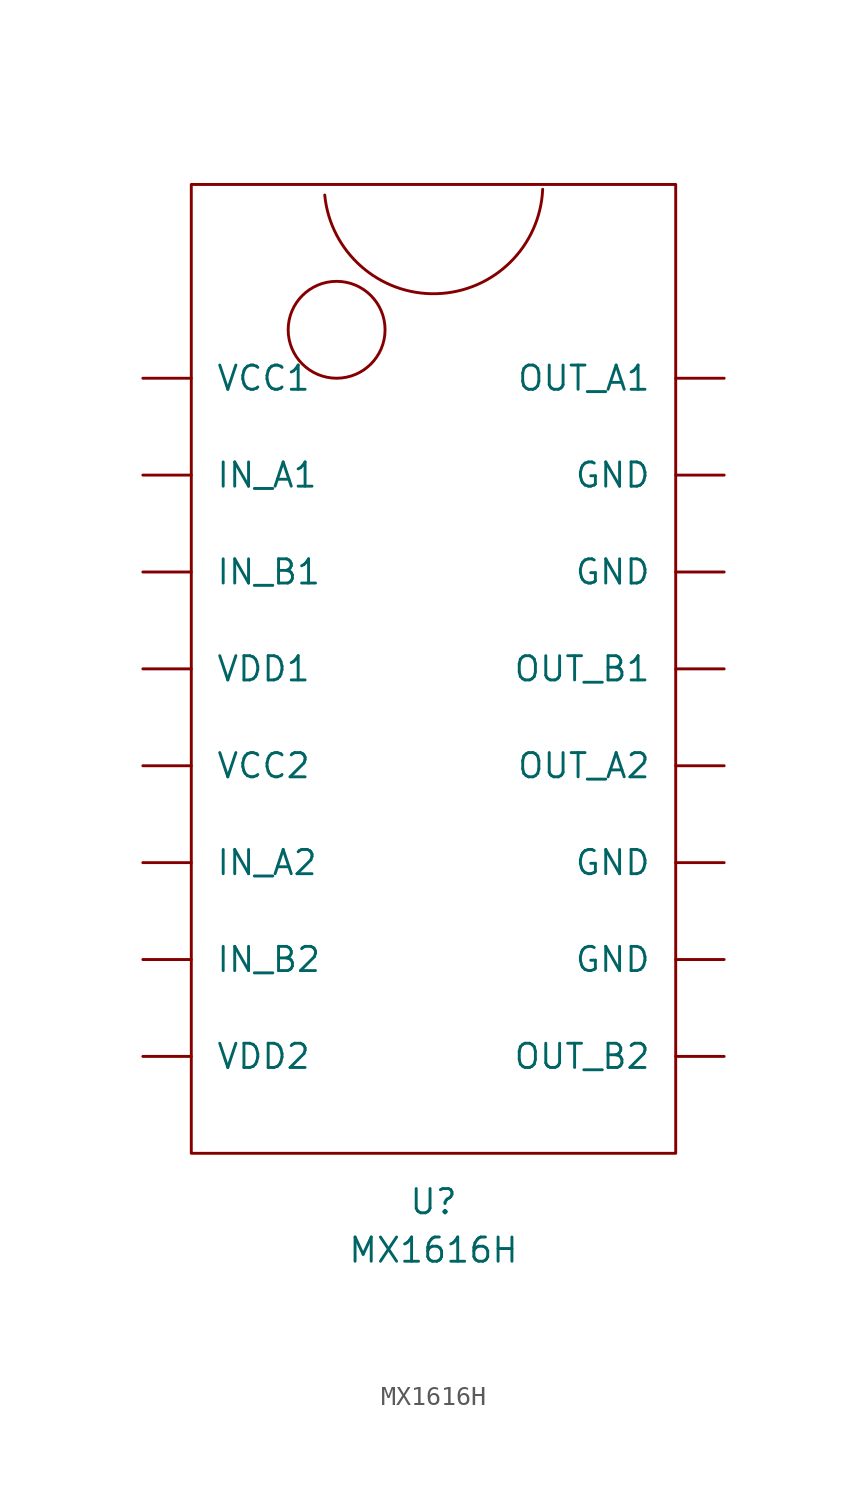
<source format=kicad_sym>
(kicad_symbol_lib
  (version 20211014)
  (generator kicad_symbol_editor)
  (symbol "MX1616H"
    (pin_names
      (offset 1.27))
    (property "Reference" "U"
      (at 0 -25.4 0)
      (effects (font (size 1.27 1.27))))
    (property "Value" "MX1616H"
      (at 0 -27.94 0)
      (effects (font (size 1.27 1.27))))
    (symbol "MX1616H_0_1"
      (rectangle (start -12.7 27.94) (end 12.7 -22.86) (stroke (width 0) (type default) (color 0 0 0 0)) (fill (type none)))
      (arc (start -5.703 27.3851) (mid 0.1516 22.2121) (end 5.7245 27.6875) (stroke (width 0) (type default) (color 0 0 0 0)) (fill (type none)))
      (circle (center -5.08 20.32) (radius 2.54) (stroke (width 0) (type default) (color 0 0 0 0)) (fill (type none))))
    (symbol "MX1616H_1_1"
      (pin power_in line (at 15.24 -12.7 180) (length 2.54) (name "GND" (effects (font (size 1.27 1.27)))) (number "" (effects (font (size 1.27 1.27)))))
      (pin power_in line (at 15.24 -7.62 180) (length 2.54) (name "GND" (effects (font (size 1.27 1.27)))) (number "" (effects (font (size 1.27 1.27)))))
      (pin power_in line (at 15.24 7.62 180) (length 2.54) (name "GND" (effects (font (size 1.27 1.27)))) (number "" (effects (font (size 1.27 1.27)))))
      (pin power_in line (at 15.24 12.7 180) (length 2.54) (name "GND" (effects (font (size 1.27 1.27)))) (number "" (effects (font (size 1.27 1.27)))))
      (pin input line (at -15.24 12.7 0) (length 2.54) (name "IN_A1" (effects (font (size 1.27 1.27)))) (number "" (effects (font (size 1.27 1.27)))))
      (pin input line (at -15.24 -7.62 0) (length 2.54) (name "IN_A2" (effects (font (size 1.27 1.27)))) (number "" (effects (font (size 1.27 1.27)))))
      (pin input line (at -15.24 7.62 0) (length 2.54) (name "IN_B1" (effects (font (size 1.27 1.27)))) (number "" (effects (font (size 1.27 1.27)))))
      (pin input line (at -15.24 -12.7 0) (length 2.54) (name "IN_B2" (effects (font (size 1.27 1.27)))) (number "" (effects (font (size 1.27 1.27)))))
      (pin bidirectional line (at 15.24 17.78 180) (length 2.54) (name "OUT_A1" (effects (font (size 1.27 1.27)))) (number "" (effects (font (size 1.27 1.27)))))
      (pin bidirectional line (at 15.24 -2.54 180) (length 2.54) (name "OUT_A2" (effects (font (size 1.27 1.27)))) (number "" (effects (font (size 1.27 1.27)))))
      (pin bidirectional line (at 15.24 2.54 180) (length 2.54) (name "OUT_B1" (effects (font (size 1.27 1.27)))) (number "" (effects (font (size 1.27 1.27)))))
      (pin bidirectional line (at 15.24 -17.78 180) (length 2.54) (name "OUT_B2" (effects (font (size 1.27 1.27)))) (number "" (effects (font (size 1.27 1.27)))))
      (pin power_in line (at -15.24 17.78 0) (length 2.54) (name "VCC1" (effects (font (size 1.27 1.27)))) (number "" (effects (font (size 1.27 1.27)))))
      (pin power_in line (at -15.24 -2.54 0) (length 2.54) (name "VCC2" (effects (font (size 1.27 1.27)))) (number "" (effects (font (size 1.27 1.27)))))
      (pin power_in line (at -15.24 2.54 0) (length 2.54) (name "VDD1" (effects (font (size 1.27 1.27)))) (number "" (effects (font (size 1.27 1.27)))))
      (pin power_in line (at -15.24 -17.78 0) (length 2.54) (name "VDD2" (effects (font (size 1.27 1.27)))) (number "" (effects (font (size 1.27 1.27))))))))
</source>
